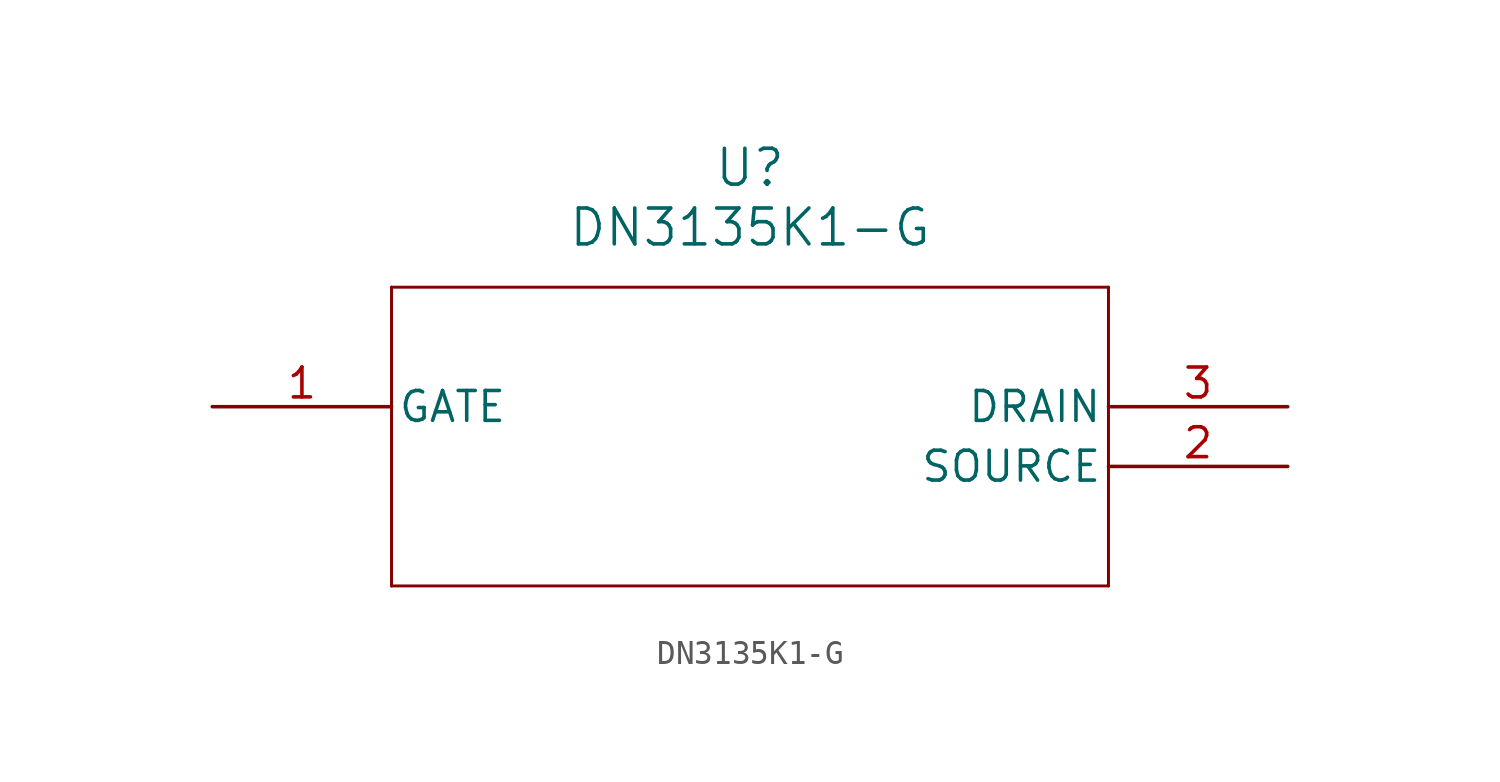
<source format=kicad_sym>
(kicad_symbol_lib
  (version 20211014)
  (generator kicad_symbol_editor)
  (symbol "DN3135K1-G"
    (pin_names
      (offset 0.254))
    (property "Reference" "U"
      (at 22.86 10.16 0)
      (effects (font (size 1.524 1.524))))
    (property "Value" "DN3135K1-G"
      (at 22.86 7.62 0)
      (effects (font (size 1.524 1.524))))
    (symbol "DN3135K1-G_0_1"
      (polyline (pts (xy 7.62 5.08) (xy 7.62 -7.62)) (stroke (width 0.127) (type default) (color 0 0 0 0)) (fill (type none)))
      (polyline (pts (xy 7.62 -7.62) (xy 38.1 -7.62)) (stroke (width 0.127) (type default) (color 0 0 0 0)) (fill (type none)))
      (polyline (pts (xy 38.1 -7.62) (xy 38.1 5.08)) (stroke (width 0.127) (type default) (color 0 0 0 0)) (fill (type none)))
      (polyline (pts (xy 38.1 5.08) (xy 7.62 5.08)) (stroke (width 0.127) (type default) (color 0 0 0 0)) (fill (type none)))
      (pin unspecified line (at 0 0 0) (length 7.62) (name "GATE" (effects (font (size 1.27 1.27)))) (number "1" (effects (font (size 1.27 1.27)))))
      (pin unspecified line (at 45.72 -2.54 180) (length 7.62) (name "SOURCE" (effects (font (size 1.27 1.27)))) (number "2" (effects (font (size 1.27 1.27)))))
      (pin unspecified line (at 45.72 0 180) (length 7.62) (name "DRAIN" (effects (font (size 1.27 1.27)))) (number "3" (effects (font (size 1.27 1.27))))))))
</source>
